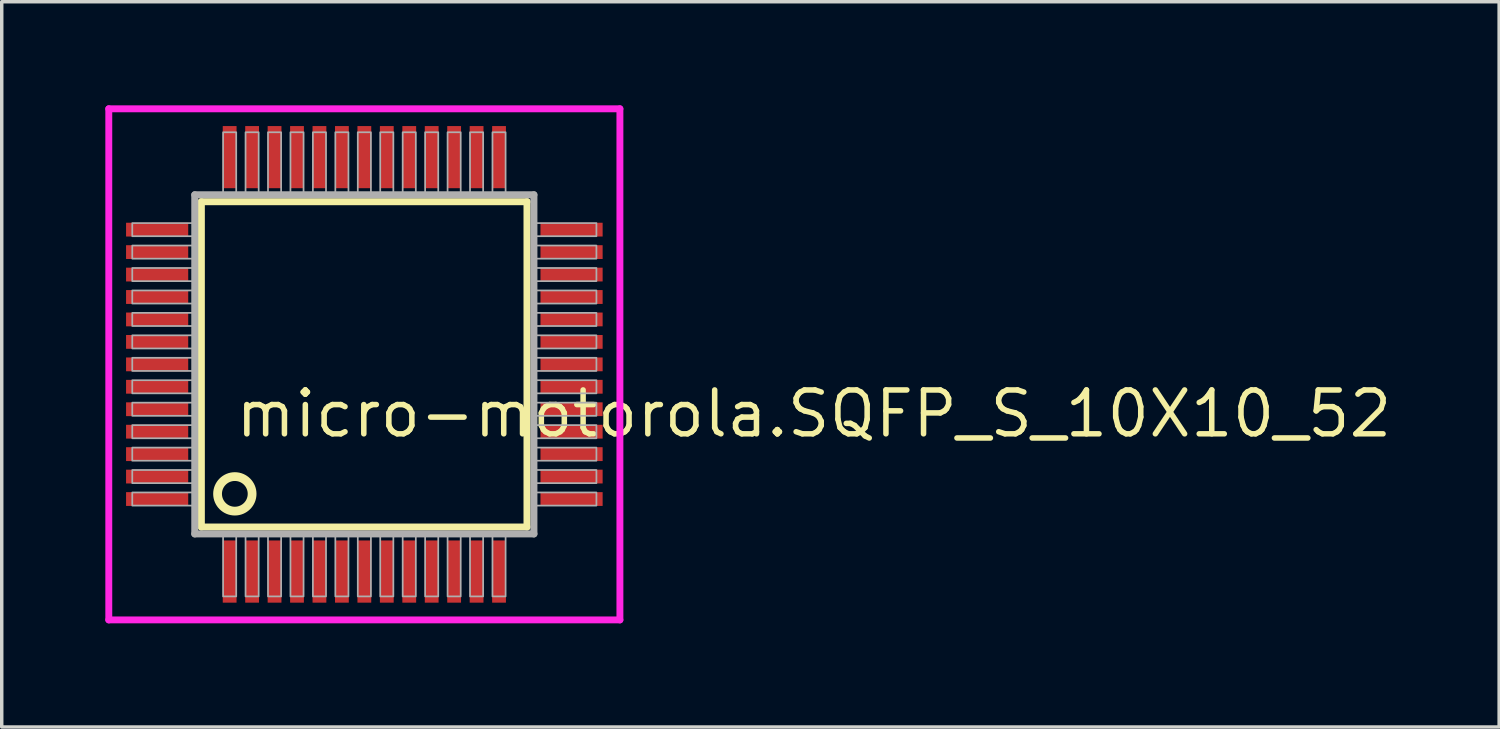
<source format=kicad_pcb>
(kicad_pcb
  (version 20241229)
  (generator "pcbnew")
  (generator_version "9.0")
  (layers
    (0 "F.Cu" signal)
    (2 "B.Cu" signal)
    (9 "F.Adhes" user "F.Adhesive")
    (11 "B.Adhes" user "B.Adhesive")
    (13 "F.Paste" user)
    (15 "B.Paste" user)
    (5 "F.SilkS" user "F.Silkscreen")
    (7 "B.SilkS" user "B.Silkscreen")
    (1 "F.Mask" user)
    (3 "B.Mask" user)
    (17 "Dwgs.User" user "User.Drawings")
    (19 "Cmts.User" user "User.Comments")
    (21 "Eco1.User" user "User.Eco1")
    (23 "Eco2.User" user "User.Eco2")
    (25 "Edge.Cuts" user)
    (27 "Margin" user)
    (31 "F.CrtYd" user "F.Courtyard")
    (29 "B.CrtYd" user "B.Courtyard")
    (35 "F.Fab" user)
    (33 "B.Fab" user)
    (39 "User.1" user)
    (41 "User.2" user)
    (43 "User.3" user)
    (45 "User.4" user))
  (footprint "micro-motorola.SQFP_S_10X10_52"
    (layer "F.Cu")
    (at 7.5 7.5)
    (property "Reference" "micro-motorola.SQFP_S_10X10_52" (at -3.81 2.175 0) (layer "F.SilkS") (effects (font (size 1.27 1.27) (thickness 0.16)) (justify left bottom)))
    (attr smd)
    (fp_line (start -4.72 -4.71) (end 4.71 -4.71) (stroke (width 0.203) (type default)) (layer "F.SilkS"))
    (fp_line (start -4.72 4.71) (end -4.72 -4.71) (stroke (width 0.203) (type default)) (layer "F.SilkS"))
    (fp_line (start 4.71 -4.71) (end 4.71 4.71) (stroke (width 0.203) (type default)) (layer "F.SilkS"))
    (fp_line (start 4.71 4.71) (end -4.72 4.71) (stroke (width 0.203) (type default)) (layer "F.SilkS"))
    (fp_circle (center -3.75 3.75) (end -3.25 3.75) (stroke (width 0.254) (type default)) (fill no) (layer "F.SilkS"))
    (fp_line (start -7.4 -7.4) (end 7.4 -7.4) (stroke (width 0.2) (type default)) (layer "F.CrtYd"))
    (fp_line (start -7.4 7.4) (end -7.4 -7.4) (stroke (width 0.2) (type default)) (layer "F.CrtYd"))
    (fp_line (start 7.4 -7.4) (end 7.4 7.4) (stroke (width 0.2) (type default)) (layer "F.CrtYd"))
    (fp_line (start 7.4 7.4) (end -7.4 7.4) (stroke (width 0.2) (type default)) (layer "F.CrtYd"))
    (fp_line (start -4.91 -4.91) (end -4.91 4.91) (stroke (width 0.203) (type default)) (layer "F.Fab"))
    (fp_line (start -4.91 4.91) (end 4.91 4.91) (stroke (width 0.203) (type default)) (layer "F.Fab"))
    (fp_line (start 4.91 -4.91) (end -4.91 -4.91) (stroke (width 0.203) (type default)) (layer "F.Fab"))
    (fp_line (start 4.91 4.91) (end 4.91 -4.91) (stroke (width 0.203) (type default)) (layer "F.Fab"))
    (fp_rect (start -6.72 -3.71) (end -4.95 -4.09) (stroke (width 0.05) (type default)) (fill no) (layer "F.Fab"))
    (fp_rect (start -6.72 -3.06) (end -4.95 -3.44) (stroke (width 0.05) (type default)) (fill no) (layer "F.Fab"))
    (fp_rect (start -6.72 -2.41) (end -4.95 -2.79) (stroke (width 0.05) (type default)) (fill no) (layer "F.Fab"))
    (fp_rect (start -6.72 -1.76) (end -4.95 -2.14) (stroke (width 0.05) (type default)) (fill no) (layer "F.Fab"))
    (fp_rect (start -6.72 -1.11) (end -4.95 -1.49) (stroke (width 0.05) (type default)) (fill no) (layer "F.Fab"))
    (fp_rect (start -6.72 -0.46) (end -4.95 -0.84) (stroke (width 0.05) (type default)) (fill no) (layer "F.Fab"))
    (fp_rect (start -6.72 0.19) (end -4.95 -0.19) (stroke (width 0.05) (type default)) (fill no) (layer "F.Fab"))
    (fp_rect (start -6.72 0.84) (end -4.95 0.46) (stroke (width 0.05) (type default)) (fill no) (layer "F.Fab"))
    (fp_rect (start -6.72 1.49) (end -4.95 1.11) (stroke (width 0.05) (type default)) (fill no) (layer "F.Fab"))
    (fp_rect (start -6.72 2.14) (end -4.95 1.76) (stroke (width 0.05) (type default)) (fill no) (layer "F.Fab"))
    (fp_rect (start -6.72 2.79) (end -4.95 2.41) (stroke (width 0.05) (type default)) (fill no) (layer "F.Fab"))
    (fp_rect (start -6.72 3.44) (end -4.95 3.06) (stroke (width 0.05) (type default)) (fill no) (layer "F.Fab"))
    (fp_rect (start -6.72 4.09) (end -4.95 3.71) (stroke (width 0.05) (type default)) (fill no) (layer "F.Fab"))
    (fp_rect (start -4.09 -4.95) (end -3.71 -6.72) (stroke (width 0.05) (type default)) (fill no) (layer "F.Fab"))
    (fp_rect (start -4.09 6.72) (end -3.71 4.95) (stroke (width 0.05) (type default)) (fill no) (layer "F.Fab"))
    (fp_rect (start -3.44 -4.95) (end -3.06 -6.72) (stroke (width 0.05) (type default)) (fill no) (layer "F.Fab"))
    (fp_rect (start -3.44 6.72) (end -3.06 4.95) (stroke (width 0.05) (type default)) (fill no) (layer "F.Fab"))
    (fp_rect (start -2.79 -4.95) (end -2.41 -6.72) (stroke (width 0.05) (type default)) (fill no) (layer "F.Fab"))
    (fp_rect (start -2.79 6.72) (end -2.41 4.95) (stroke (width 0.05) (type default)) (fill no) (layer "F.Fab"))
    (fp_rect (start -2.14 -4.95) (end -1.76 -6.72) (stroke (width 0.05) (type default)) (fill no) (layer "F.Fab"))
    (fp_rect (start -2.14 6.72) (end -1.76 4.95) (stroke (width 0.05) (type default)) (fill no) (layer "F.Fab"))
    (fp_rect (start -1.49 -4.95) (end -1.11 -6.72) (stroke (width 0.05) (type default)) (fill no) (layer "F.Fab"))
    (fp_rect (start -1.49 6.72) (end -1.11 4.95) (stroke (width 0.05) (type default)) (fill no) (layer "F.Fab"))
    (fp_rect (start -0.84 -4.95) (end -0.46 -6.72) (stroke (width 0.05) (type default)) (fill no) (layer "F.Fab"))
    (fp_rect (start -0.84 6.72) (end -0.46 4.95) (stroke (width 0.05) (type default)) (fill no) (layer "F.Fab"))
    (fp_rect (start -0.19 -4.95) (end 0.19 -6.72) (stroke (width 0.05) (type default)) (fill no) (layer "F.Fab"))
    (fp_rect (start -0.19 6.72) (end 0.19 4.95) (stroke (width 0.05) (type default)) (fill no) (layer "F.Fab"))
    (fp_rect (start 0.46 -4.95) (end 0.84 -6.72) (stroke (width 0.05) (type default)) (fill no) (layer "F.Fab"))
    (fp_rect (start 0.46 6.72) (end 0.84 4.95) (stroke (width 0.05) (type default)) (fill no) (layer "F.Fab"))
    (fp_rect (start 1.11 -4.95) (end 1.49 -6.72) (stroke (width 0.05) (type default)) (fill no) (layer "F.Fab"))
    (fp_rect (start 1.11 6.72) (end 1.49 4.95) (stroke (width 0.05) (type default)) (fill no) (layer "F.Fab"))
    (fp_rect (start 1.76 -4.95) (end 2.14 -6.72) (stroke (width 0.05) (type default)) (fill no) (layer "F.Fab"))
    (fp_rect (start 1.76 6.72) (end 2.14 4.95) (stroke (width 0.05) (type default)) (fill no) (layer "F.Fab"))
    (fp_rect (start 2.41 -4.95) (end 2.79 -6.72) (stroke (width 0.05) (type default)) (fill no) (layer "F.Fab"))
    (fp_rect (start 2.41 6.72) (end 2.79 4.95) (stroke (width 0.05) (type default)) (fill no) (layer "F.Fab"))
    (fp_rect (start 3.06 -4.95) (end 3.44 -6.72) (stroke (width 0.05) (type default)) (fill no) (layer "F.Fab"))
    (fp_rect (start 3.06 6.72) (end 3.44 4.95) (stroke (width 0.05) (type default)) (fill no) (layer "F.Fab"))
    (fp_rect (start 3.71 -4.95) (end 4.09 -6.72) (stroke (width 0.05) (type default)) (fill no) (layer "F.Fab"))
    (fp_rect (start 3.71 6.72) (end 4.09 4.95) (stroke (width 0.05) (type default)) (fill no) (layer "F.Fab"))
    (fp_rect (start 4.95 -3.71) (end 6.72 -4.09) (stroke (width 0.05) (type default)) (fill no) (layer "F.Fab"))
    (fp_rect (start 4.95 -3.06) (end 6.72 -3.44) (stroke (width 0.05) (type default)) (fill no) (layer "F.Fab"))
    (fp_rect (start 4.95 -2.41) (end 6.72 -2.79) (stroke (width 0.05) (type default)) (fill no) (layer "F.Fab"))
    (fp_rect (start 4.95 -1.76) (end 6.72 -2.14) (stroke (width 0.05) (type default)) (fill no) (layer "F.Fab"))
    (fp_rect (start 4.95 -1.11) (end 6.72 -1.49) (stroke (width 0.05) (type default)) (fill no) (layer "F.Fab"))
    (fp_rect (start 4.95 -0.46) (end 6.72 -0.84) (stroke (width 0.05) (type default)) (fill no) (layer "F.Fab"))
    (fp_rect (start 4.95 0.19) (end 6.72 -0.19) (stroke (width 0.05) (type default)) (fill no) (layer "F.Fab"))
    (fp_rect (start 4.95 0.84) (end 6.72 0.46) (stroke (width 0.05) (type default)) (fill no) (layer "F.Fab"))
    (fp_rect (start 4.95 1.49) (end 6.72 1.11) (stroke (width 0.05) (type default)) (fill no) (layer "F.Fab"))
    (fp_rect (start 4.95 2.14) (end 6.72 1.76) (stroke (width 0.05) (type default)) (fill no) (layer "F.Fab"))
    (fp_rect (start 4.95 2.79) (end 6.72 2.41) (stroke (width 0.05) (type default)) (fill no) (layer "F.Fab"))
    (fp_rect (start 4.95 3.44) (end 6.72 3.06) (stroke (width 0.05) (type default)) (fill no) (layer "F.Fab"))
    (fp_rect (start 4.95 4.09) (end 6.72 3.71) (stroke (width 0.05) (type default)) (fill no) (layer "F.Fab"))
    (pad "1" smd roundrect (at -3.9 6) (size 0.4 1.8) (layers "F.Cu" "F.Mask" "F.Paste") (roundrect_rratio 0.01))
    (pad "2" smd roundrect (at -3.25 6) (size 0.4 1.8) (layers "F.Cu" "F.Mask" "F.Paste") (roundrect_rratio 0.01))
    (pad "3" smd roundrect (at -2.6 6) (size 0.4 1.8) (layers "F.Cu" "F.Mask" "F.Paste") (roundrect_rratio 0.01))
    (pad "4" smd roundrect (at -1.95 6) (size 0.4 1.8) (layers "F.Cu" "F.Mask" "F.Paste") (roundrect_rratio 0.01))
    (pad "5" smd roundrect (at -1.3 6) (size 0.4 1.8) (layers "F.Cu" "F.Mask" "F.Paste") (roundrect_rratio 0.01))
    (pad "6" smd roundrect (at -0.65 6) (size 0.4 1.8) (layers "F.Cu" "F.Mask" "F.Paste") (roundrect_rratio 0.01))
    (pad "7" smd roundrect (at 0 6) (size 0.4 1.8) (layers "F.Cu" "F.Mask" "F.Paste") (roundrect_rratio 0.01))
    (pad "8" smd roundrect (at 0.65 6) (size 0.4 1.8) (layers "F.Cu" "F.Mask" "F.Paste") (roundrect_rratio 0.01))
    (pad "9" smd roundrect (at 1.3 6) (size 0.4 1.8) (layers "F.Cu" "F.Mask" "F.Paste") (roundrect_rratio 0.01))
    (pad "10" smd roundrect (at 1.95 6) (size 0.4 1.8) (layers "F.Cu" "F.Mask" "F.Paste") (roundrect_rratio 0.01))
    (pad "11" smd roundrect (at 2.6 6) (size 0.4 1.8) (layers "F.Cu" "F.Mask" "F.Paste") (roundrect_rratio 0.01))
    (pad "12" smd roundrect (at 3.25 6) (size 0.4 1.8) (layers "F.Cu" "F.Mask" "F.Paste") (roundrect_rratio 0.01))
    (pad "13" smd roundrect (at 3.9 6) (size 0.4 1.8) (layers "F.Cu" "F.Mask" "F.Paste") (roundrect_rratio 0.01))
    (pad "14" smd roundrect (at 6 3.9) (size 1.8 0.4) (layers "F.Cu" "F.Mask" "F.Paste") (roundrect_rratio 0.01))
    (pad "15" smd roundrect (at 6 3.25) (size 1.8 0.4) (layers "F.Cu" "F.Mask" "F.Paste") (roundrect_rratio 0.01))
    (pad "16" smd roundrect (at 6 2.6) (size 1.8 0.4) (layers "F.Cu" "F.Mask" "F.Paste") (roundrect_rratio 0.01))
    (pad "17" smd roundrect (at 6 1.95) (size 1.8 0.4) (layers "F.Cu" "F.Mask" "F.Paste") (roundrect_rratio 0.01))
    (pad "18" smd roundrect (at 6 1.3) (size 1.8 0.4) (layers "F.Cu" "F.Mask" "F.Paste") (roundrect_rratio 0.01))
    (pad "19" smd roundrect (at 6 0.65) (size 1.8 0.4) (layers "F.Cu" "F.Mask" "F.Paste") (roundrect_rratio 0.01))
    (pad "20" smd roundrect (at 6 0) (size 1.8 0.4) (layers "F.Cu" "F.Mask" "F.Paste") (roundrect_rratio 0.01))
    (pad "21" smd roundrect (at 6 -0.65) (size 1.8 0.4) (layers "F.Cu" "F.Mask" "F.Paste") (roundrect_rratio 0.01))
    (pad "22" smd roundrect (at 6 -1.3) (size 1.8 0.4) (layers "F.Cu" "F.Mask" "F.Paste") (roundrect_rratio 0.01))
    (pad "23" smd roundrect (at 6 -1.95) (size 1.8 0.4) (layers "F.Cu" "F.Mask" "F.Paste") (roundrect_rratio 0.01))
    (pad "24" smd roundrect (at 6 -2.6) (size 1.8 0.4) (layers "F.Cu" "F.Mask" "F.Paste") (roundrect_rratio 0.01))
    (pad "25" smd roundrect (at 6 -3.25) (size 1.8 0.4) (layers "F.Cu" "F.Mask" "F.Paste") (roundrect_rratio 0.01))
    (pad "26" smd roundrect (at 6 -3.9) (size 1.8 0.4) (layers "F.Cu" "F.Mask" "F.Paste") (roundrect_rratio 0.01))
    (pad "27" smd roundrect (at 3.9 -6) (size 0.4 1.8) (layers "F.Cu" "F.Mask" "F.Paste") (roundrect_rratio 0.01))
    (pad "28" smd roundrect (at 3.25 -6) (size 0.4 1.8) (layers "F.Cu" "F.Mask" "F.Paste") (roundrect_rratio 0.01))
    (pad "29" smd roundrect (at 2.6 -6) (size 0.4 1.8) (layers "F.Cu" "F.Mask" "F.Paste") (roundrect_rratio 0.01))
    (pad "30" smd roundrect (at 1.95 -6) (size 0.4 1.8) (layers "F.Cu" "F.Mask" "F.Paste") (roundrect_rratio 0.01))
    (pad "31" smd roundrect (at 1.3 -6) (size 0.4 1.8) (layers "F.Cu" "F.Mask" "F.Paste") (roundrect_rratio 0.01))
    (pad "32" smd roundrect (at 0.65 -6) (size 0.4 1.8) (layers "F.Cu" "F.Mask" "F.Paste") (roundrect_rratio 0.01))
    (pad "33" smd roundrect (at 0 -6) (size 0.4 1.8) (layers "F.Cu" "F.Mask" "F.Paste") (roundrect_rratio 0.01))
    (pad "34" smd roundrect (at -0.65 -6) (size 0.4 1.8) (layers "F.Cu" "F.Mask" "F.Paste") (roundrect_rratio 0.01))
    (pad "35" smd roundrect (at -1.3 -6) (size 0.4 1.8) (layers "F.Cu" "F.Mask" "F.Paste") (roundrect_rratio 0.01))
    (pad "36" smd roundrect (at -1.95 -6) (size 0.4 1.8) (layers "F.Cu" "F.Mask" "F.Paste") (roundrect_rratio 0.01))
    (pad "37" smd roundrect (at -2.6 -6) (size 0.4 1.8) (layers "F.Cu" "F.Mask" "F.Paste") (roundrect_rratio 0.01))
    (pad "38" smd roundrect (at -3.25 -6) (size 0.4 1.8) (layers "F.Cu" "F.Mask" "F.Paste") (roundrect_rratio 0.01))
    (pad "39" smd roundrect (at -3.9 -6) (size 0.4 1.8) (layers "F.Cu" "F.Mask" "F.Paste") (roundrect_rratio 0.01))
    (pad "40" smd roundrect (at -6 -3.9) (size 1.8 0.4) (layers "F.Cu" "F.Mask" "F.Paste") (roundrect_rratio 0.01))
    (pad "41" smd roundrect (at -6 -3.25) (size 1.8 0.4) (layers "F.Cu" "F.Mask" "F.Paste") (roundrect_rratio 0.01))
    (pad "42" smd roundrect (at -6 -2.6) (size 1.8 0.4) (layers "F.Cu" "F.Mask" "F.Paste") (roundrect_rratio 0.01))
    (pad "43" smd roundrect (at -6 -1.95) (size 1.8 0.4) (layers "F.Cu" "F.Mask" "F.Paste") (roundrect_rratio 0.01))
    (pad "44" smd roundrect (at -6 -1.3) (size 1.8 0.4) (layers "F.Cu" "F.Mask" "F.Paste") (roundrect_rratio 0.01))
    (pad "45" smd roundrect (at -6 -0.65) (size 1.8 0.4) (layers "F.Cu" "F.Mask" "F.Paste") (roundrect_rratio 0.01))
    (pad "46" smd roundrect (at -6 0) (size 1.8 0.4) (layers "F.Cu" "F.Mask" "F.Paste") (roundrect_rratio 0.01))
    (pad "47" smd roundrect (at -6 0.65) (size 1.8 0.4) (layers "F.Cu" "F.Mask" "F.Paste") (roundrect_rratio 0.01))
    (pad "48" smd roundrect (at -6 1.3) (size 1.8 0.4) (layers "F.Cu" "F.Mask" "F.Paste") (roundrect_rratio 0.01))
    (pad "49" smd roundrect (at -6 1.95) (size 1.8 0.4) (layers "F.Cu" "F.Mask" "F.Paste") (roundrect_rratio 0.01))
    (pad "50" smd roundrect (at -6 2.6) (size 1.8 0.4) (layers "F.Cu" "F.Mask" "F.Paste") (roundrect_rratio 0.01))
    (pad "51" smd roundrect (at -6 3.25) (size 1.8 0.4) (layers "F.Cu" "F.Mask" "F.Paste") (roundrect_rratio 0.01))
    (pad "52" smd roundrect (at -6 3.9) (size 1.8 0.4) (layers "F.Cu" "F.Mask" "F.Paste") (roundrect_rratio 0.01)))
  (gr_rect
    (start -3 -3)
    (end 40.359 18)
    (stroke (width 0.1) (type default))
    (fill no)
    (layer "Edge.Cuts")))
</source>
